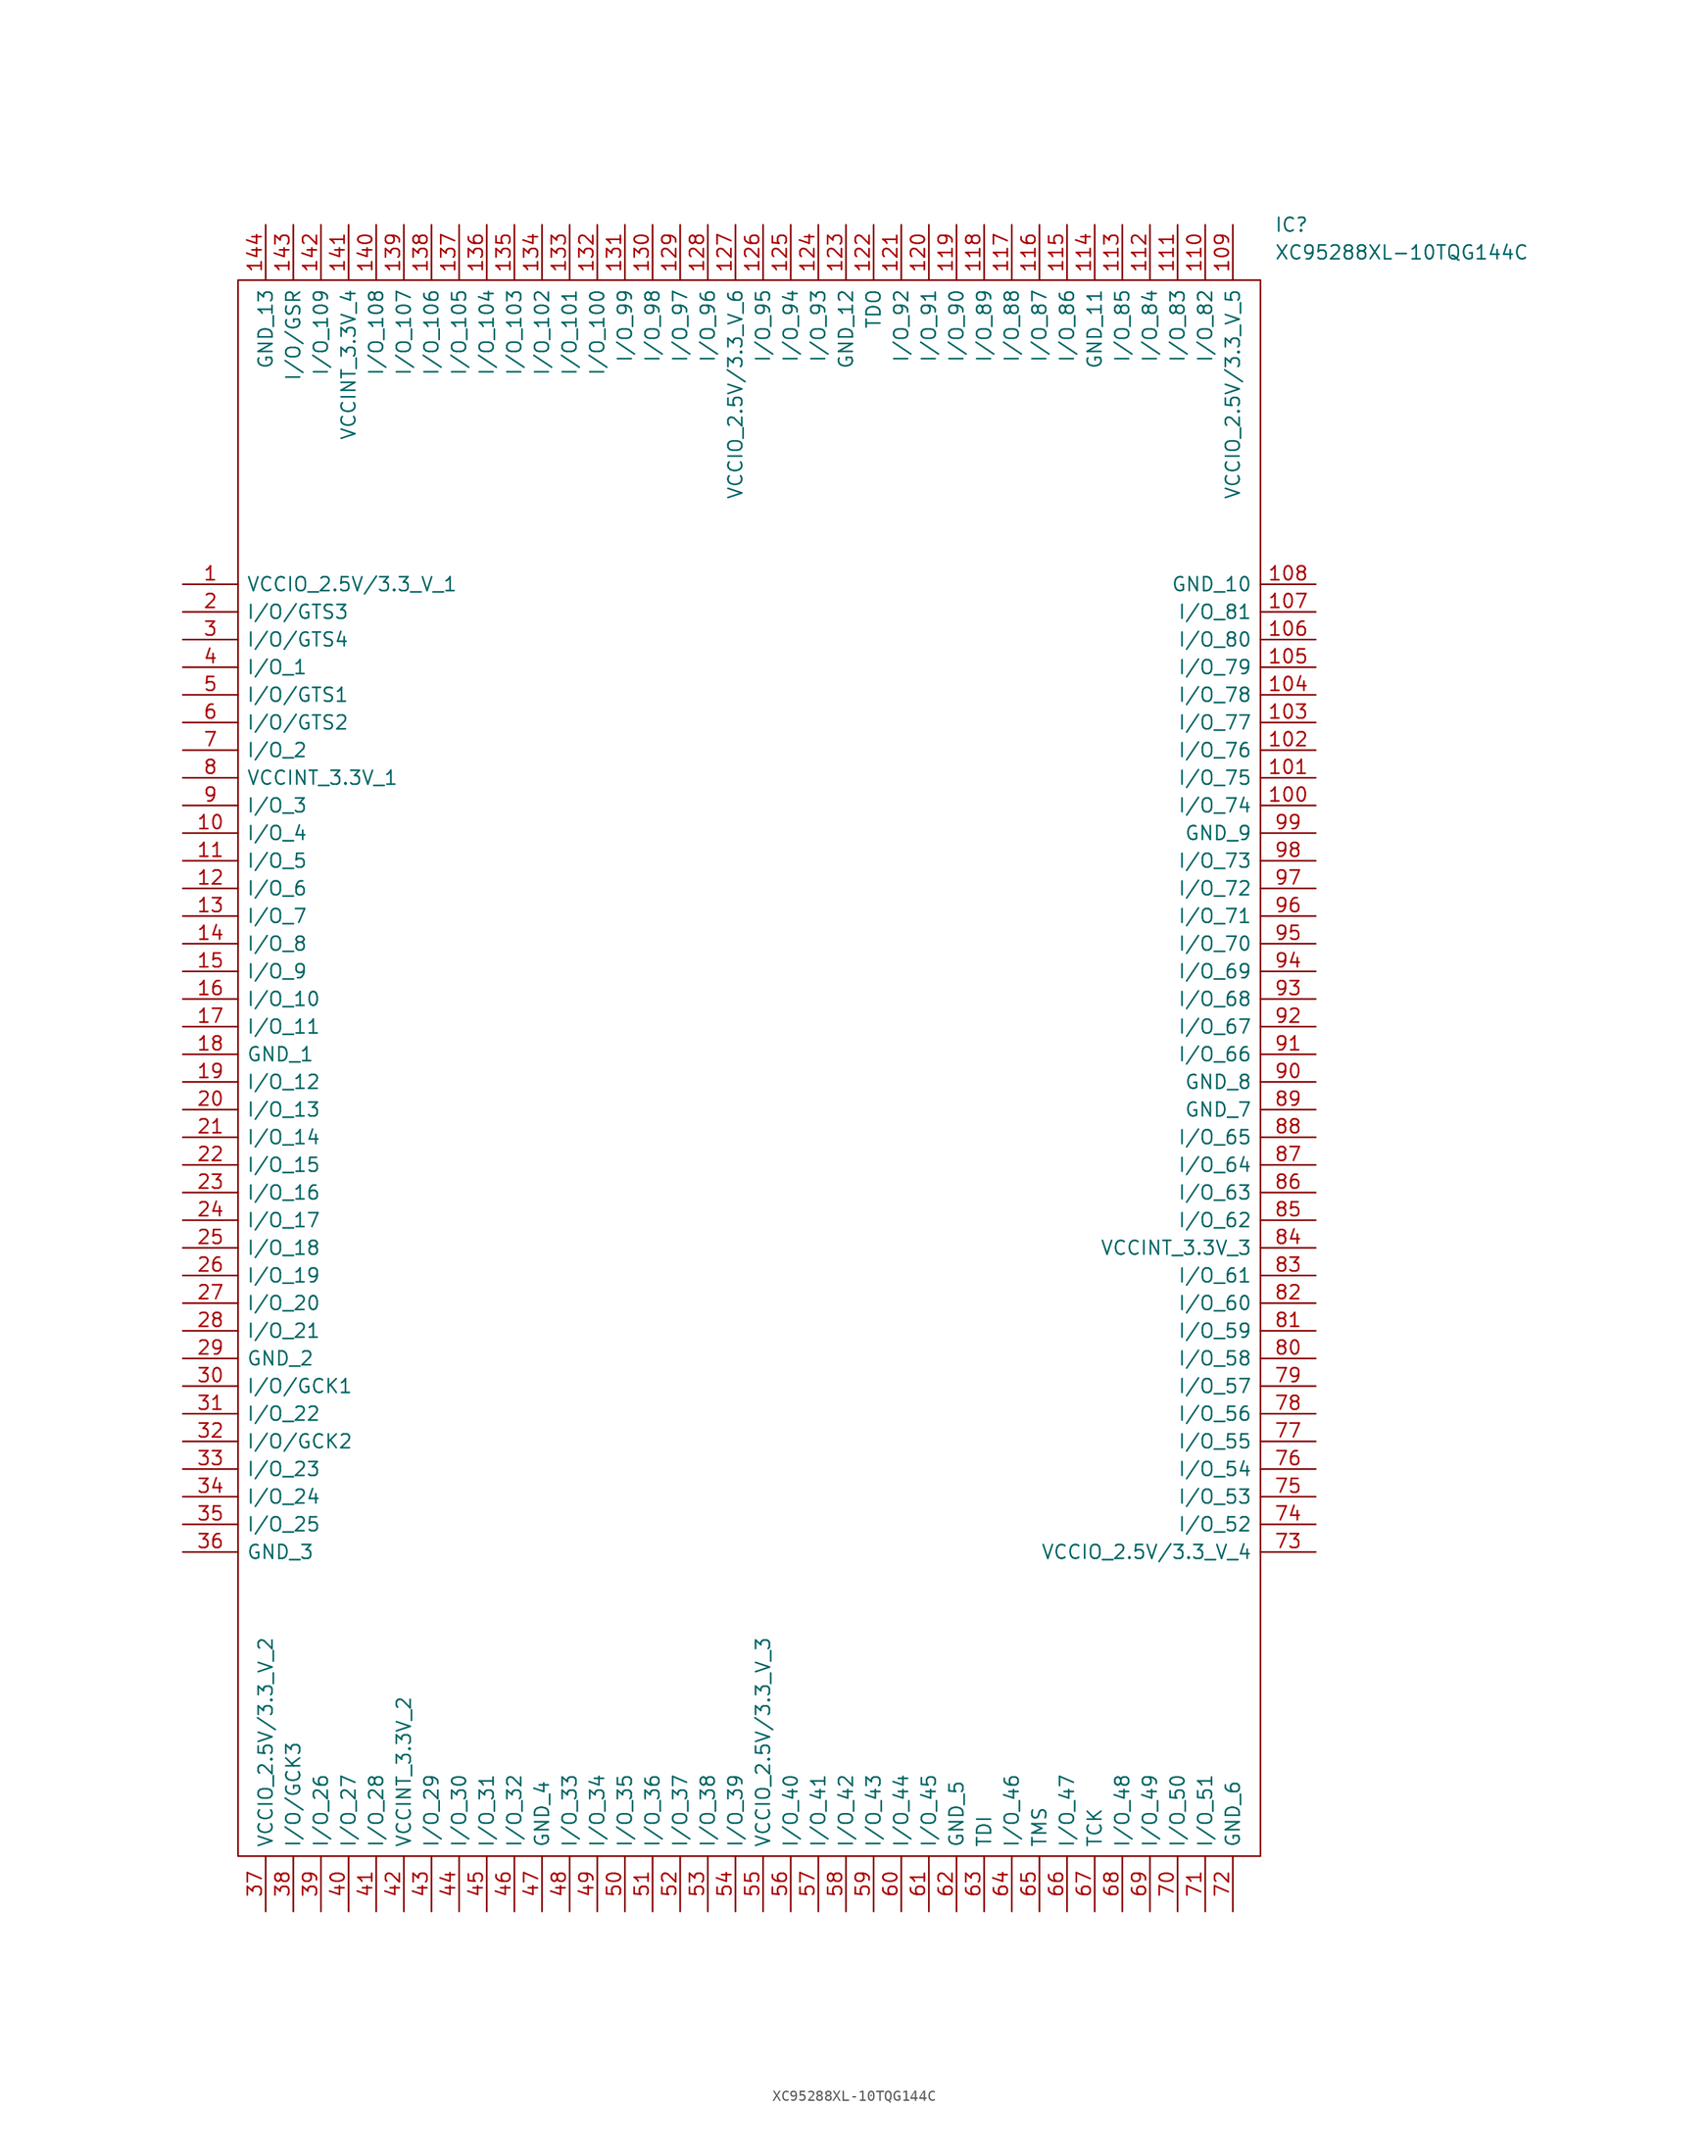
<source format=kicad_sym>
(kicad_symbol_lib
  (version 20211014)
  (generator kicad_symbol_editor)
  (symbol "XC95288XL-10TQG144C"
    (pin_names
      (offset 0.762))
    (property "Reference" "IC"
      (at 100.33 33.02 0)
      (effects (font (size 1.27 1.27)) (justify left)))
    (property "Value" "XC95288XL-10TQG144C"
      (at 100.33 30.48 0)
      (effects (font (size 1.27 1.27)) (justify left)))
    (symbol "XC95288XL-10TQG144C_0_0"
      (pin passive line (at 0 0 0) (length 5.08) (name "VCCIO_2.5V/3.3_V_1" (effects (font (size 1.27 1.27)))) (number "1" (effects (font (size 1.27 1.27)))))
      (pin passive line (at 0 -22.86 0) (length 5.08) (name "I/O_4" (effects (font (size 1.27 1.27)))) (number "10" (effects (font (size 1.27 1.27)))))
      (pin passive line (at 104.14 -20.32 180) (length 5.08) (name "I/O_74" (effects (font (size 1.27 1.27)))) (number "100" (effects (font (size 1.27 1.27)))))
      (pin passive line (at 104.14 -17.78 180) (length 5.08) (name "I/O_75" (effects (font (size 1.27 1.27)))) (number "101" (effects (font (size 1.27 1.27)))))
      (pin passive line (at 104.14 -15.24 180) (length 5.08) (name "I/O_76" (effects (font (size 1.27 1.27)))) (number "102" (effects (font (size 1.27 1.27)))))
      (pin passive line (at 104.14 -12.7 180) (length 5.08) (name "I/O_77" (effects (font (size 1.27 1.27)))) (number "103" (effects (font (size 1.27 1.27)))))
      (pin passive line (at 104.14 -10.16 180) (length 5.08) (name "I/O_78" (effects (font (size 1.27 1.27)))) (number "104" (effects (font (size 1.27 1.27)))))
      (pin passive line (at 104.14 -7.62 180) (length 5.08) (name "I/O_79" (effects (font (size 1.27 1.27)))) (number "105" (effects (font (size 1.27 1.27)))))
      (pin passive line (at 104.14 -5.08 180) (length 5.08) (name "I/O_80" (effects (font (size 1.27 1.27)))) (number "106" (effects (font (size 1.27 1.27)))))
      (pin passive line (at 104.14 -2.54 180) (length 5.08) (name "I/O_81" (effects (font (size 1.27 1.27)))) (number "107" (effects (font (size 1.27 1.27)))))
      (pin passive line (at 104.14 0 180) (length 5.08) (name "GND_10" (effects (font (size 1.27 1.27)))) (number "108" (effects (font (size 1.27 1.27)))))
      (pin passive line (at 96.52 33.02 270) (length 5.08) (name "VCCIO_2.5V/3.3_V_5" (effects (font (size 1.27 1.27)))) (number "109" (effects (font (size 1.27 1.27)))))
      (pin passive line (at 0 -25.4 0) (length 5.08) (name "I/O_5" (effects (font (size 1.27 1.27)))) (number "11" (effects (font (size 1.27 1.27)))))
      (pin passive line (at 93.98 33.02 270) (length 5.08) (name "I/O_82" (effects (font (size 1.27 1.27)))) (number "110" (effects (font (size 1.27 1.27)))))
      (pin passive line (at 91.44 33.02 270) (length 5.08) (name "I/O_83" (effects (font (size 1.27 1.27)))) (number "111" (effects (font (size 1.27 1.27)))))
      (pin passive line (at 88.9 33.02 270) (length 5.08) (name "I/O_84" (effects (font (size 1.27 1.27)))) (number "112" (effects (font (size 1.27 1.27)))))
      (pin passive line (at 86.36 33.02 270) (length 5.08) (name "I/O_85" (effects (font (size 1.27 1.27)))) (number "113" (effects (font (size 1.27 1.27)))))
      (pin passive line (at 83.82 33.02 270) (length 5.08) (name "GND_11" (effects (font (size 1.27 1.27)))) (number "114" (effects (font (size 1.27 1.27)))))
      (pin passive line (at 81.28 33.02 270) (length 5.08) (name "I/O_86" (effects (font (size 1.27 1.27)))) (number "115" (effects (font (size 1.27 1.27)))))
      (pin passive line (at 78.74 33.02 270) (length 5.08) (name "I/O_87" (effects (font (size 1.27 1.27)))) (number "116" (effects (font (size 1.27 1.27)))))
      (pin passive line (at 76.2 33.02 270) (length 5.08) (name "I/O_88" (effects (font (size 1.27 1.27)))) (number "117" (effects (font (size 1.27 1.27)))))
      (pin passive line (at 73.66 33.02 270) (length 5.08) (name "I/O_89" (effects (font (size 1.27 1.27)))) (number "118" (effects (font (size 1.27 1.27)))))
      (pin passive line (at 71.12 33.02 270) (length 5.08) (name "I/O_90" (effects (font (size 1.27 1.27)))) (number "119" (effects (font (size 1.27 1.27)))))
      (pin passive line (at 0 -27.94 0) (length 5.08) (name "I/O_6" (effects (font (size 1.27 1.27)))) (number "12" (effects (font (size 1.27 1.27)))))
      (pin passive line (at 68.58 33.02 270) (length 5.08) (name "I/O_91" (effects (font (size 1.27 1.27)))) (number "120" (effects (font (size 1.27 1.27)))))
      (pin passive line (at 66.04 33.02 270) (length 5.08) (name "I/O_92" (effects (font (size 1.27 1.27)))) (number "121" (effects (font (size 1.27 1.27)))))
      (pin passive line (at 63.5 33.02 270) (length 5.08) (name "TDO" (effects (font (size 1.27 1.27)))) (number "122" (effects (font (size 1.27 1.27)))))
      (pin passive line (at 60.96 33.02 270) (length 5.08) (name "GND_12" (effects (font (size 1.27 1.27)))) (number "123" (effects (font (size 1.27 1.27)))))
      (pin passive line (at 58.42 33.02 270) (length 5.08) (name "I/O_93" (effects (font (size 1.27 1.27)))) (number "124" (effects (font (size 1.27 1.27)))))
      (pin passive line (at 55.88 33.02 270) (length 5.08) (name "I/O_94" (effects (font (size 1.27 1.27)))) (number "125" (effects (font (size 1.27 1.27)))))
      (pin passive line (at 53.34 33.02 270) (length 5.08) (name "I/O_95" (effects (font (size 1.27 1.27)))) (number "126" (effects (font (size 1.27 1.27)))))
      (pin passive line (at 50.8 33.02 270) (length 5.08) (name "VCCIO_2.5V/3.3_V_6" (effects (font (size 1.27 1.27)))) (number "127" (effects (font (size 1.27 1.27)))))
      (pin passive line (at 48.26 33.02 270) (length 5.08) (name "I/O_96" (effects (font (size 1.27 1.27)))) (number "128" (effects (font (size 1.27 1.27)))))
      (pin passive line (at 45.72 33.02 270) (length 5.08) (name "I/O_97" (effects (font (size 1.27 1.27)))) (number "129" (effects (font (size 1.27 1.27)))))
      (pin passive line (at 0 -30.48 0) (length 5.08) (name "I/O_7" (effects (font (size 1.27 1.27)))) (number "13" (effects (font (size 1.27 1.27)))))
      (pin passive line (at 43.18 33.02 270) (length 5.08) (name "I/O_98" (effects (font (size 1.27 1.27)))) (number "130" (effects (font (size 1.27 1.27)))))
      (pin passive line (at 40.64 33.02 270) (length 5.08) (name "I/O_99" (effects (font (size 1.27 1.27)))) (number "131" (effects (font (size 1.27 1.27)))))
      (pin passive line (at 38.1 33.02 270) (length 5.08) (name "I/O_100" (effects (font (size 1.27 1.27)))) (number "132" (effects (font (size 1.27 1.27)))))
      (pin passive line (at 35.56 33.02 270) (length 5.08) (name "I/O_101" (effects (font (size 1.27 1.27)))) (number "133" (effects (font (size 1.27 1.27)))))
      (pin passive line (at 33.02 33.02 270) (length 5.08) (name "I/O_102" (effects (font (size 1.27 1.27)))) (number "134" (effects (font (size 1.27 1.27)))))
      (pin passive line (at 30.48 33.02 270) (length 5.08) (name "I/O_103" (effects (font (size 1.27 1.27)))) (number "135" (effects (font (size 1.27 1.27)))))
      (pin passive line (at 27.94 33.02 270) (length 5.08) (name "I/O_104" (effects (font (size 1.27 1.27)))) (number "136" (effects (font (size 1.27 1.27)))))
      (pin passive line (at 25.4 33.02 270) (length 5.08) (name "I/O_105" (effects (font (size 1.27 1.27)))) (number "137" (effects (font (size 1.27 1.27)))))
      (pin passive line (at 22.86 33.02 270) (length 5.08) (name "I/O_106" (effects (font (size 1.27 1.27)))) (number "138" (effects (font (size 1.27 1.27)))))
      (pin passive line (at 20.32 33.02 270) (length 5.08) (name "I/O_107" (effects (font (size 1.27 1.27)))) (number "139" (effects (font (size 1.27 1.27)))))
      (pin passive line (at 0 -33.02 0) (length 5.08) (name "I/O_8" (effects (font (size 1.27 1.27)))) (number "14" (effects (font (size 1.27 1.27)))))
      (pin passive line (at 17.78 33.02 270) (length 5.08) (name "I/O_108" (effects (font (size 1.27 1.27)))) (number "140" (effects (font (size 1.27 1.27)))))
      (pin passive line (at 15.24 33.02 270) (length 5.08) (name "VCCINT_3.3V_4" (effects (font (size 1.27 1.27)))) (number "141" (effects (font (size 1.27 1.27)))))
      (pin passive line (at 12.7 33.02 270) (length 5.08) (name "I/O_109" (effects (font (size 1.27 1.27)))) (number "142" (effects (font (size 1.27 1.27)))))
      (pin passive line (at 10.16 33.02 270) (length 5.08) (name "I/O/GSR" (effects (font (size 1.27 1.27)))) (number "143" (effects (font (size 1.27 1.27)))))
      (pin passive line (at 7.62 33.02 270) (length 5.08) (name "GND_13" (effects (font (size 1.27 1.27)))) (number "144" (effects (font (size 1.27 1.27)))))
      (pin passive line (at 0 -35.56 0) (length 5.08) (name "I/O_9" (effects (font (size 1.27 1.27)))) (number "15" (effects (font (size 1.27 1.27)))))
      (pin passive line (at 0 -38.1 0) (length 5.08) (name "I/O_10" (effects (font (size 1.27 1.27)))) (number "16" (effects (font (size 1.27 1.27)))))
      (pin passive line (at 0 -40.64 0) (length 5.08) (name "I/O_11" (effects (font (size 1.27 1.27)))) (number "17" (effects (font (size 1.27 1.27)))))
      (pin passive line (at 0 -43.18 0) (length 5.08) (name "GND_1" (effects (font (size 1.27 1.27)))) (number "18" (effects (font (size 1.27 1.27)))))
      (pin passive line (at 0 -45.72 0) (length 5.08) (name "I/O_12" (effects (font (size 1.27 1.27)))) (number "19" (effects (font (size 1.27 1.27)))))
      (pin passive line (at 0 -2.54 0) (length 5.08) (name "I/O/GTS3" (effects (font (size 1.27 1.27)))) (number "2" (effects (font (size 1.27 1.27)))))
      (pin passive line (at 0 -48.26 0) (length 5.08) (name "I/O_13" (effects (font (size 1.27 1.27)))) (number "20" (effects (font (size 1.27 1.27)))))
      (pin passive line (at 0 -50.8 0) (length 5.08) (name "I/O_14" (effects (font (size 1.27 1.27)))) (number "21" (effects (font (size 1.27 1.27)))))
      (pin passive line (at 0 -53.34 0) (length 5.08) (name "I/O_15" (effects (font (size 1.27 1.27)))) (number "22" (effects (font (size 1.27 1.27)))))
      (pin passive line (at 0 -55.88 0) (length 5.08) (name "I/O_16" (effects (font (size 1.27 1.27)))) (number "23" (effects (font (size 1.27 1.27)))))
      (pin passive line (at 0 -58.42 0) (length 5.08) (name "I/O_17" (effects (font (size 1.27 1.27)))) (number "24" (effects (font (size 1.27 1.27)))))
      (pin passive line (at 0 -60.96 0) (length 5.08) (name "I/O_18" (effects (font (size 1.27 1.27)))) (number "25" (effects (font (size 1.27 1.27)))))
      (pin passive line (at 0 -63.5 0) (length 5.08) (name "I/O_19" (effects (font (size 1.27 1.27)))) (number "26" (effects (font (size 1.27 1.27)))))
      (pin passive line (at 0 -66.04 0) (length 5.08) (name "I/O_20" (effects (font (size 1.27 1.27)))) (number "27" (effects (font (size 1.27 1.27)))))
      (pin passive line (at 0 -68.58 0) (length 5.08) (name "I/O_21" (effects (font (size 1.27 1.27)))) (number "28" (effects (font (size 1.27 1.27)))))
      (pin passive line (at 0 -71.12 0) (length 5.08) (name "GND_2" (effects (font (size 1.27 1.27)))) (number "29" (effects (font (size 1.27 1.27)))))
      (pin passive line (at 0 -5.08 0) (length 5.08) (name "I/O/GTS4" (effects (font (size 1.27 1.27)))) (number "3" (effects (font (size 1.27 1.27)))))
      (pin passive line (at 0 -73.66 0) (length 5.08) (name "I/O/GCK1" (effects (font (size 1.27 1.27)))) (number "30" (effects (font (size 1.27 1.27)))))
      (pin passive line (at 0 -76.2 0) (length 5.08) (name "I/O_22" (effects (font (size 1.27 1.27)))) (number "31" (effects (font (size 1.27 1.27)))))
      (pin passive line (at 0 -78.74 0) (length 5.08) (name "I/O/GCK2" (effects (font (size 1.27 1.27)))) (number "32" (effects (font (size 1.27 1.27)))))
      (pin passive line (at 0 -81.28 0) (length 5.08) (name "I/O_23" (effects (font (size 1.27 1.27)))) (number "33" (effects (font (size 1.27 1.27)))))
      (pin passive line (at 0 -83.82 0) (length 5.08) (name "I/O_24" (effects (font (size 1.27 1.27)))) (number "34" (effects (font (size 1.27 1.27)))))
      (pin passive line (at 0 -86.36 0) (length 5.08) (name "I/O_25" (effects (font (size 1.27 1.27)))) (number "35" (effects (font (size 1.27 1.27)))))
      (pin passive line (at 0 -88.9 0) (length 5.08) (name "GND_3" (effects (font (size 1.27 1.27)))) (number "36" (effects (font (size 1.27 1.27)))))
      (pin passive line (at 7.62 -121.92 90) (length 5.08) (name "VCCIO_2.5V/3.3_V_2" (effects (font (size 1.27 1.27)))) (number "37" (effects (font (size 1.27 1.27)))))
      (pin passive line (at 10.16 -121.92 90) (length 5.08) (name "I/O/GCK3" (effects (font (size 1.27 1.27)))) (number "38" (effects (font (size 1.27 1.27)))))
      (pin passive line (at 12.7 -121.92 90) (length 5.08) (name "I/O_26" (effects (font (size 1.27 1.27)))) (number "39" (effects (font (size 1.27 1.27)))))
      (pin passive line (at 0 -7.62 0) (length 5.08) (name "I/O_1" (effects (font (size 1.27 1.27)))) (number "4" (effects (font (size 1.27 1.27)))))
      (pin passive line (at 15.24 -121.92 90) (length 5.08) (name "I/O_27" (effects (font (size 1.27 1.27)))) (number "40" (effects (font (size 1.27 1.27)))))
      (pin passive line (at 17.78 -121.92 90) (length 5.08) (name "I/O_28" (effects (font (size 1.27 1.27)))) (number "41" (effects (font (size 1.27 1.27)))))
      (pin passive line (at 20.32 -121.92 90) (length 5.08) (name "VCCINT_3.3V_2" (effects (font (size 1.27 1.27)))) (number "42" (effects (font (size 1.27 1.27)))))
      (pin passive line (at 22.86 -121.92 90) (length 5.08) (name "I/O_29" (effects (font (size 1.27 1.27)))) (number "43" (effects (font (size 1.27 1.27)))))
      (pin passive line (at 25.4 -121.92 90) (length 5.08) (name "I/O_30" (effects (font (size 1.27 1.27)))) (number "44" (effects (font (size 1.27 1.27)))))
      (pin passive line (at 27.94 -121.92 90) (length 5.08) (name "I/O_31" (effects (font (size 1.27 1.27)))) (number "45" (effects (font (size 1.27 1.27)))))
      (pin passive line (at 30.48 -121.92 90) (length 5.08) (name "I/O_32" (effects (font (size 1.27 1.27)))) (number "46" (effects (font (size 1.27 1.27)))))
      (pin passive line (at 33.02 -121.92 90) (length 5.08) (name "GND_4" (effects (font (size 1.27 1.27)))) (number "47" (effects (font (size 1.27 1.27)))))
      (pin passive line (at 35.56 -121.92 90) (length 5.08) (name "I/O_33" (effects (font (size 1.27 1.27)))) (number "48" (effects (font (size 1.27 1.27)))))
      (pin passive line (at 38.1 -121.92 90) (length 5.08) (name "I/O_34" (effects (font (size 1.27 1.27)))) (number "49" (effects (font (size 1.27 1.27)))))
      (pin passive line (at 0 -10.16 0) (length 5.08) (name "I/O/GTS1" (effects (font (size 1.27 1.27)))) (number "5" (effects (font (size 1.27 1.27)))))
      (pin passive line (at 40.64 -121.92 90) (length 5.08) (name "I/O_35" (effects (font (size 1.27 1.27)))) (number "50" (effects (font (size 1.27 1.27)))))
      (pin passive line (at 43.18 -121.92 90) (length 5.08) (name "I/O_36" (effects (font (size 1.27 1.27)))) (number "51" (effects (font (size 1.27 1.27)))))
      (pin passive line (at 45.72 -121.92 90) (length 5.08) (name "I/O_37" (effects (font (size 1.27 1.27)))) (number "52" (effects (font (size 1.27 1.27)))))
      (pin passive line (at 48.26 -121.92 90) (length 5.08) (name "I/O_38" (effects (font (size 1.27 1.27)))) (number "53" (effects (font (size 1.27 1.27)))))
      (pin passive line (at 50.8 -121.92 90) (length 5.08) (name "I/O_39" (effects (font (size 1.27 1.27)))) (number "54" (effects (font (size 1.27 1.27)))))
      (pin passive line (at 53.34 -121.92 90) (length 5.08) (name "VCCIO_2.5V/3.3_V_3" (effects (font (size 1.27 1.27)))) (number "55" (effects (font (size 1.27 1.27)))))
      (pin passive line (at 55.88 -121.92 90) (length 5.08) (name "I/O_40" (effects (font (size 1.27 1.27)))) (number "56" (effects (font (size 1.27 1.27)))))
      (pin passive line (at 58.42 -121.92 90) (length 5.08) (name "I/O_41" (effects (font (size 1.27 1.27)))) (number "57" (effects (font (size 1.27 1.27)))))
      (pin passive line (at 60.96 -121.92 90) (length 5.08) (name "I/O_42" (effects (font (size 1.27 1.27)))) (number "58" (effects (font (size 1.27 1.27)))))
      (pin passive line (at 63.5 -121.92 90) (length 5.08) (name "I/O_43" (effects (font (size 1.27 1.27)))) (number "59" (effects (font (size 1.27 1.27)))))
      (pin passive line (at 0 -12.7 0) (length 5.08) (name "I/O/GTS2" (effects (font (size 1.27 1.27)))) (number "6" (effects (font (size 1.27 1.27)))))
      (pin passive line (at 66.04 -121.92 90) (length 5.08) (name "I/O_44" (effects (font (size 1.27 1.27)))) (number "60" (effects (font (size 1.27 1.27)))))
      (pin passive line (at 68.58 -121.92 90) (length 5.08) (name "I/O_45" (effects (font (size 1.27 1.27)))) (number "61" (effects (font (size 1.27 1.27)))))
      (pin passive line (at 71.12 -121.92 90) (length 5.08) (name "GND_5" (effects (font (size 1.27 1.27)))) (number "62" (effects (font (size 1.27 1.27)))))
      (pin passive line (at 73.66 -121.92 90) (length 5.08) (name "TDI" (effects (font (size 1.27 1.27)))) (number "63" (effects (font (size 1.27 1.27)))))
      (pin passive line (at 76.2 -121.92 90) (length 5.08) (name "I/O_46" (effects (font (size 1.27 1.27)))) (number "64" (effects (font (size 1.27 1.27)))))
      (pin passive line (at 78.74 -121.92 90) (length 5.08) (name "TMS" (effects (font (size 1.27 1.27)))) (number "65" (effects (font (size 1.27 1.27)))))
      (pin passive line (at 81.28 -121.92 90) (length 5.08) (name "I/O_47" (effects (font (size 1.27 1.27)))) (number "66" (effects (font (size 1.27 1.27)))))
      (pin passive line (at 83.82 -121.92 90) (length 5.08) (name "TCK" (effects (font (size 1.27 1.27)))) (number "67" (effects (font (size 1.27 1.27)))))
      (pin passive line (at 86.36 -121.92 90) (length 5.08) (name "I/O_48" (effects (font (size 1.27 1.27)))) (number "68" (effects (font (size 1.27 1.27)))))
      (pin passive line (at 88.9 -121.92 90) (length 5.08) (name "I/O_49" (effects (font (size 1.27 1.27)))) (number "69" (effects (font (size 1.27 1.27)))))
      (pin passive line (at 0 -15.24 0) (length 5.08) (name "I/O_2" (effects (font (size 1.27 1.27)))) (number "7" (effects (font (size 1.27 1.27)))))
      (pin passive line (at 91.44 -121.92 90) (length 5.08) (name "I/O_50" (effects (font (size 1.27 1.27)))) (number "70" (effects (font (size 1.27 1.27)))))
      (pin passive line (at 93.98 -121.92 90) (length 5.08) (name "I/O_51" (effects (font (size 1.27 1.27)))) (number "71" (effects (font (size 1.27 1.27)))))
      (pin passive line (at 96.52 -121.92 90) (length 5.08) (name "GND_6" (effects (font (size 1.27 1.27)))) (number "72" (effects (font (size 1.27 1.27)))))
      (pin passive line (at 104.14 -88.9 180) (length 5.08) (name "VCCIO_2.5V/3.3_V_4" (effects (font (size 1.27 1.27)))) (number "73" (effects (font (size 1.27 1.27)))))
      (pin passive line (at 104.14 -86.36 180) (length 5.08) (name "I/O_52" (effects (font (size 1.27 1.27)))) (number "74" (effects (font (size 1.27 1.27)))))
      (pin passive line (at 104.14 -83.82 180) (length 5.08) (name "I/O_53" (effects (font (size 1.27 1.27)))) (number "75" (effects (font (size 1.27 1.27)))))
      (pin passive line (at 104.14 -81.28 180) (length 5.08) (name "I/O_54" (effects (font (size 1.27 1.27)))) (number "76" (effects (font (size 1.27 1.27)))))
      (pin passive line (at 104.14 -78.74 180) (length 5.08) (name "I/O_55" (effects (font (size 1.27 1.27)))) (number "77" (effects (font (size 1.27 1.27)))))
      (pin passive line (at 104.14 -76.2 180) (length 5.08) (name "I/O_56" (effects (font (size 1.27 1.27)))) (number "78" (effects (font (size 1.27 1.27)))))
      (pin passive line (at 104.14 -73.66 180) (length 5.08) (name "I/O_57" (effects (font (size 1.27 1.27)))) (number "79" (effects (font (size 1.27 1.27)))))
      (pin passive line (at 0 -17.78 0) (length 5.08) (name "VCCINT_3.3V_1" (effects (font (size 1.27 1.27)))) (number "8" (effects (font (size 1.27 1.27)))))
      (pin passive line (at 104.14 -71.12 180) (length 5.08) (name "I/O_58" (effects (font (size 1.27 1.27)))) (number "80" (effects (font (size 1.27 1.27)))))
      (pin passive line (at 104.14 -68.58 180) (length 5.08) (name "I/O_59" (effects (font (size 1.27 1.27)))) (number "81" (effects (font (size 1.27 1.27)))))
      (pin passive line (at 104.14 -66.04 180) (length 5.08) (name "I/O_60" (effects (font (size 1.27 1.27)))) (number "82" (effects (font (size 1.27 1.27)))))
      (pin passive line (at 104.14 -63.5 180) (length 5.08) (name "I/O_61" (effects (font (size 1.27 1.27)))) (number "83" (effects (font (size 1.27 1.27)))))
      (pin passive line (at 104.14 -60.96 180) (length 5.08) (name "VCCINT_3.3V_3" (effects (font (size 1.27 1.27)))) (number "84" (effects (font (size 1.27 1.27)))))
      (pin passive line (at 104.14 -58.42 180) (length 5.08) (name "I/O_62" (effects (font (size 1.27 1.27)))) (number "85" (effects (font (size 1.27 1.27)))))
      (pin passive line (at 104.14 -55.88 180) (length 5.08) (name "I/O_63" (effects (font (size 1.27 1.27)))) (number "86" (effects (font (size 1.27 1.27)))))
      (pin passive line (at 104.14 -53.34 180) (length 5.08) (name "I/O_64" (effects (font (size 1.27 1.27)))) (number "87" (effects (font (size 1.27 1.27)))))
      (pin passive line (at 104.14 -50.8 180) (length 5.08) (name "I/O_65" (effects (font (size 1.27 1.27)))) (number "88" (effects (font (size 1.27 1.27)))))
      (pin passive line (at 104.14 -48.26 180) (length 5.08) (name "GND_7" (effects (font (size 1.27 1.27)))) (number "89" (effects (font (size 1.27 1.27)))))
      (pin passive line (at 0 -20.32 0) (length 5.08) (name "I/O_3" (effects (font (size 1.27 1.27)))) (number "9" (effects (font (size 1.27 1.27)))))
      (pin passive line (at 104.14 -45.72 180) (length 5.08) (name "GND_8" (effects (font (size 1.27 1.27)))) (number "90" (effects (font (size 1.27 1.27)))))
      (pin passive line (at 104.14 -43.18 180) (length 5.08) (name "I/O_66" (effects (font (size 1.27 1.27)))) (number "91" (effects (font (size 1.27 1.27)))))
      (pin passive line (at 104.14 -40.64 180) (length 5.08) (name "I/O_67" (effects (font (size 1.27 1.27)))) (number "92" (effects (font (size 1.27 1.27)))))
      (pin passive line (at 104.14 -38.1 180) (length 5.08) (name "I/O_68" (effects (font (size 1.27 1.27)))) (number "93" (effects (font (size 1.27 1.27)))))
      (pin passive line (at 104.14 -35.56 180) (length 5.08) (name "I/O_69" (effects (font (size 1.27 1.27)))) (number "94" (effects (font (size 1.27 1.27)))))
      (pin passive line (at 104.14 -33.02 180) (length 5.08) (name "I/O_70" (effects (font (size 1.27 1.27)))) (number "95" (effects (font (size 1.27 1.27)))))
      (pin passive line (at 104.14 -30.48 180) (length 5.08) (name "I/O_71" (effects (font (size 1.27 1.27)))) (number "96" (effects (font (size 1.27 1.27)))))
      (pin passive line (at 104.14 -27.94 180) (length 5.08) (name "I/O_72" (effects (font (size 1.27 1.27)))) (number "97" (effects (font (size 1.27 1.27)))))
      (pin passive line (at 104.14 -25.4 180) (length 5.08) (name "I/O_73" (effects (font (size 1.27 1.27)))) (number "98" (effects (font (size 1.27 1.27)))))
      (pin passive line (at 104.14 -22.86 180) (length 5.08) (name "GND_9" (effects (font (size 1.27 1.27)))) (number "99" (effects (font (size 1.27 1.27))))))
    (symbol "XC95288XL-10TQG144C_0_1"
      (polyline (pts (xy 5.08 27.94) (xy 99.06 27.94) (xy 99.06 -116.84) (xy 5.08 -116.84) (xy 5.08 27.94)) (stroke (width 0.152) (type default) (color 0 0 0 0)) (fill (type none))))))
</source>
